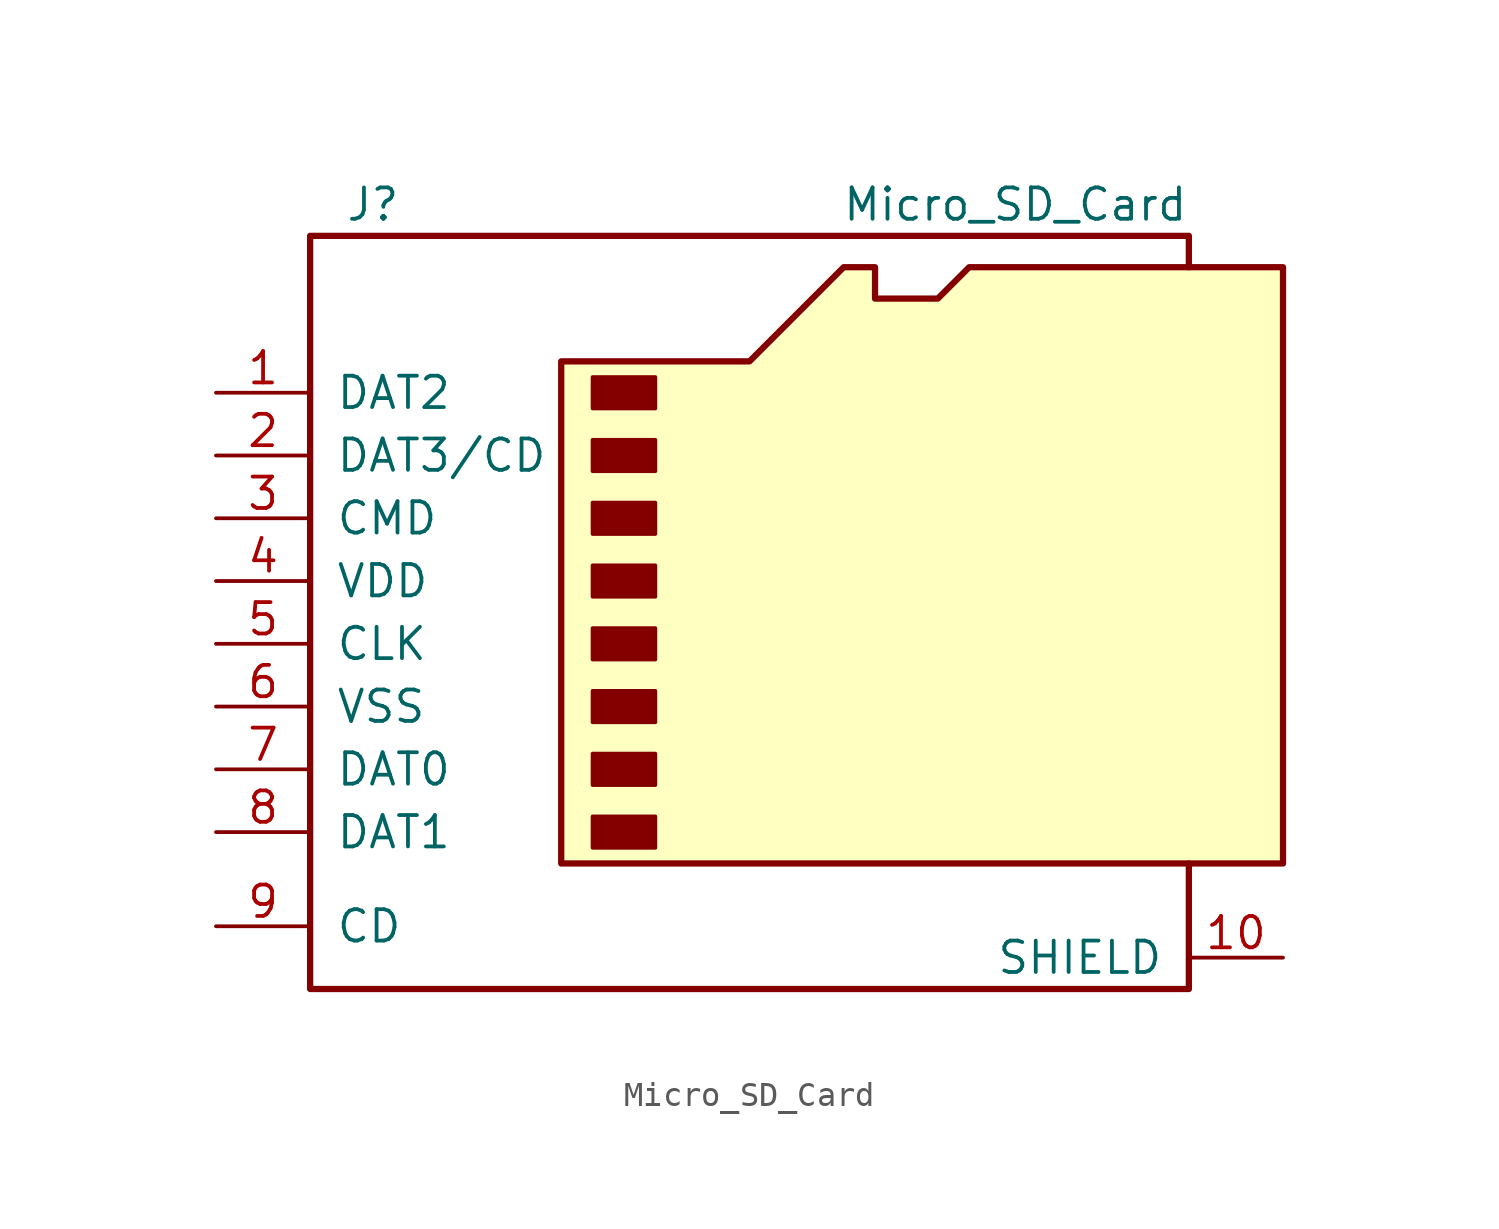
<source format=kicad_sym>
(kicad_symbol_lib
  (version 20211014)
  (generator kicad_symbol_editor)
  (symbol "Micro_SD_Card"
    (pin_names
      (offset 1.016))
    (property "Reference" "J"
      (at -16.51 15.24 0)
      (effects (font (size 1.27 1.27))))
    (property "Value" "Micro_SD_Card"
      (at 16.51 15.24 0)
      (effects (font (size 1.27 1.27)) (justify right)))
    (symbol "Micro_SD_Card_0_1"
      (rectangle (start -7.62 -9.525) (end -5.08 -10.795) (stroke (width 0) (type default) (color 0 0 0 0)) (fill (type outline)))
      (rectangle (start -7.62 -6.985) (end -5.08 -8.255) (stroke (width 0) (type default) (color 0 0 0 0)) (fill (type outline)))
      (rectangle (start -7.62 -4.445) (end -5.08 -5.715) (stroke (width 0) (type default) (color 0 0 0 0)) (fill (type outline)))
      (rectangle (start -7.62 -1.905) (end -5.08 -3.175) (stroke (width 0) (type default) (color 0 0 0 0)) (fill (type outline)))
      (rectangle (start -7.62 0.635) (end -5.08 -0.635) (stroke (width 0) (type default) (color 0 0 0 0)) (fill (type outline)))
      (rectangle (start -7.62 3.175) (end -5.08 1.905) (stroke (width 0) (type default) (color 0 0 0 0)) (fill (type outline)))
      (rectangle (start -7.62 5.715) (end -5.08 4.445) (stroke (width 0) (type default) (color 0 0 0 0)) (fill (type outline)))
      (rectangle (start -7.62 8.255) (end -5.08 6.985) (stroke (width 0) (type default) (color 0 0 0 0)) (fill (type outline)))
      (polyline (pts (xy 16.51 12.7) (xy 16.51 13.97) (xy -19.05 13.97) (xy -19.05 -16.51) (xy 16.51 -16.51) (xy 16.51 -11.43)) (stroke (width 0.254) (type default) (color 0 0 0 0)) (fill (type none)))
      (polyline (pts (xy -8.89 -11.43) (xy -8.89 8.89) (xy -1.27 8.89) (xy 2.54 12.7) (xy 3.81 12.7) (xy 3.81 11.43) (xy 6.35 11.43) (xy 7.62 12.7) (xy 20.32 12.7) (xy 20.32 -11.43) (xy -8.89 -11.43)) (stroke (width 0.254) (type default) (color 0 0 0 0)) (fill (type background))))
    (symbol "Micro_SD_Card_1_1"
      (pin bidirectional line (at -22.86 7.62 0) (length 3.81) (name "DAT2" (effects (font (size 1.27 1.27)))) (number "1" (effects (font (size 1.27 1.27)))))
      (pin passive line (at 20.32 -15.24 180) (length 3.81) (name "SHIELD" (effects (font (size 1.27 1.27)))) (number "10" (effects (font (size 1.27 1.27)))))
      (pin bidirectional line (at -22.86 5.08 0) (length 3.81) (name "DAT3/CD" (effects (font (size 1.27 1.27)))) (number "2" (effects (font (size 1.27 1.27)))))
      (pin input line (at -22.86 2.54 0) (length 3.81) (name "CMD" (effects (font (size 1.27 1.27)))) (number "3" (effects (font (size 1.27 1.27)))))
      (pin power_in line (at -22.86 0 0) (length 3.81) (name "VDD" (effects (font (size 1.27 1.27)))) (number "4" (effects (font (size 1.27 1.27)))))
      (pin input line (at -22.86 -2.54 0) (length 3.81) (name "CLK" (effects (font (size 1.27 1.27)))) (number "5" (effects (font (size 1.27 1.27)))))
      (pin power_in line (at -22.86 -5.08 0) (length 3.81) (name "VSS" (effects (font (size 1.27 1.27)))) (number "6" (effects (font (size 1.27 1.27)))))
      (pin input line (at -22.86 -7.62 0) (length 3.81) (name "DAT0" (effects (font (size 1.27 1.27)))) (number "7" (effects (font (size 1.27 1.27)))))
      (pin input line (at -22.86 -10.16 0) (length 3.81) (name "DAT1" (effects (font (size 1.27 1.27)))) (number "8" (effects (font (size 1.27 1.27)))))
      (pin input line (at -22.86 -13.97 0) (length 3.81) (name "CD" (effects (font (size 1.27 1.27)))) (number "9" (effects (font (size 1.27 1.27))))))))
</source>
